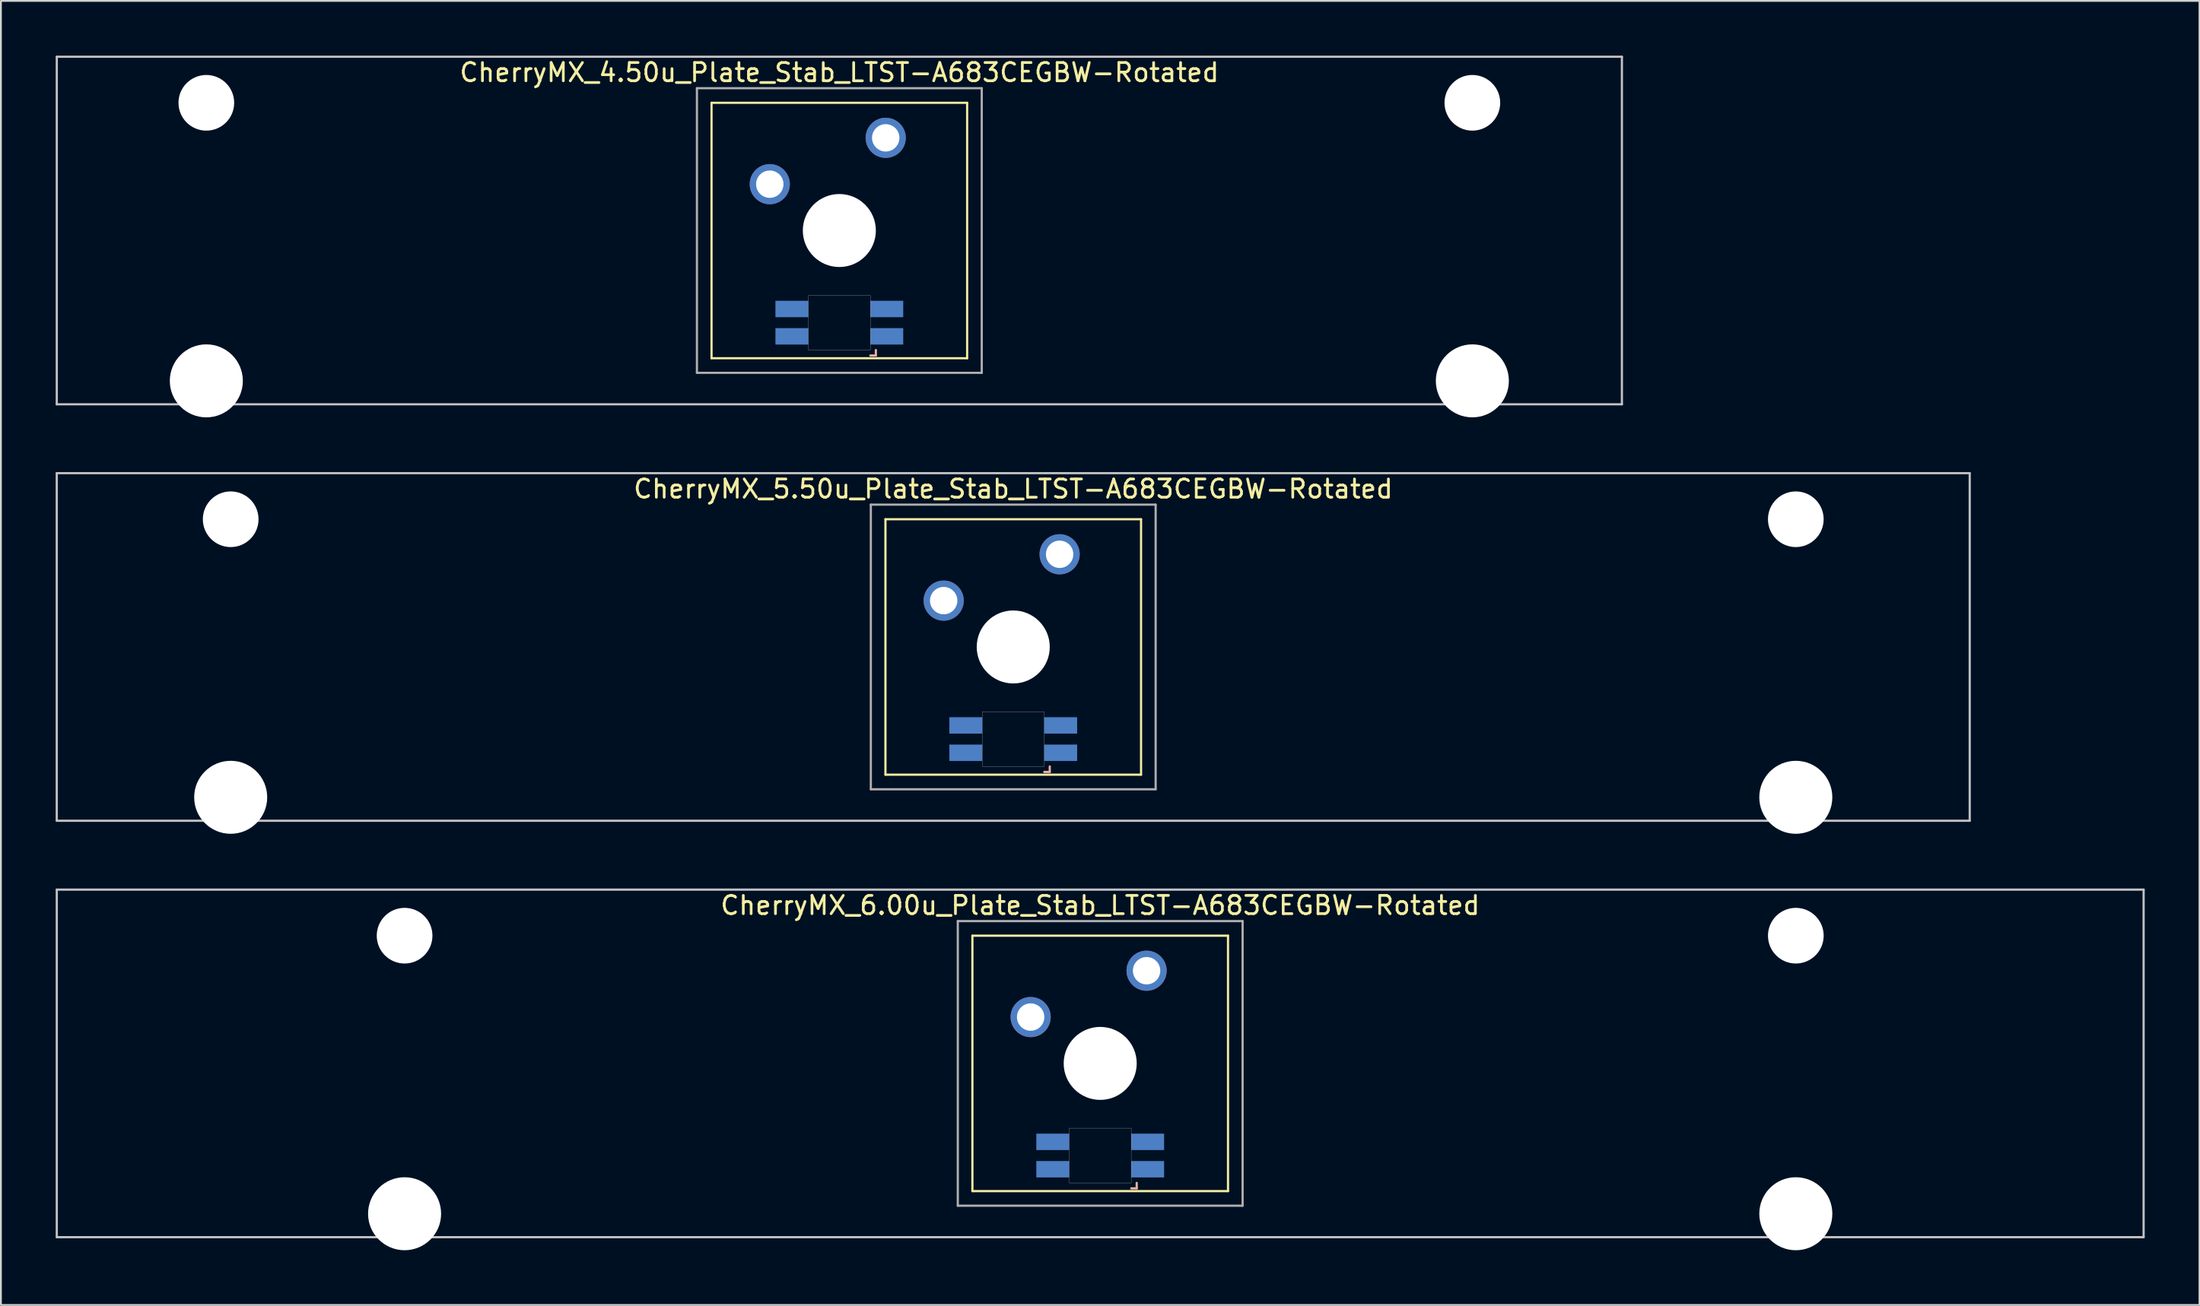
<source format=kicad_pcb>
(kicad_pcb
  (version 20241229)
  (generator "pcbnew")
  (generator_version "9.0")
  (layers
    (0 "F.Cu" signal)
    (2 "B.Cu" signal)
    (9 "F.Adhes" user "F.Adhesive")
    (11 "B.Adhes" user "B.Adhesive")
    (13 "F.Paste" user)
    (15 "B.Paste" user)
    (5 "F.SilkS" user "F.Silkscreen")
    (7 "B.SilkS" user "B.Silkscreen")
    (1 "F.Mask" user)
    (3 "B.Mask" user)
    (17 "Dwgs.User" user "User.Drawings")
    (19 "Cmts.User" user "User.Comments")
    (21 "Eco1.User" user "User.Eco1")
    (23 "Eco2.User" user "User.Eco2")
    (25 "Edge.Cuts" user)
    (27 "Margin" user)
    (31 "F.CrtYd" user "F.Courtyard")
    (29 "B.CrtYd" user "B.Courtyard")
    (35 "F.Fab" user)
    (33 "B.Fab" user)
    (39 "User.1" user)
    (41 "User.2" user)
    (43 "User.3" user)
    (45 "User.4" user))
  (footprint "CherryMX_4.50u_Plate_Stab_LTST-A683CEGBW-Rotated"
    (layer "F.Cu")
    (at 42.922 9.585)
    (property "Reference" "CherryMX_4.50u_Plate_Stab_LTST-A683CEGBW-Rotated" (at 0 -8.662 0) (layer "F.SilkS") (effects (font (size 1 1) (thickness 0.15))))
    (attr through_hole)
    (fp_line (start -7 -7) (end -7 7) (stroke (width 0.12) (type solid)) (layer "F.SilkS"))
    (fp_line (start -7 -7) (end 7 -7) (stroke (width 0.12) (type solid)) (layer "F.SilkS"))
    (fp_line (start 7 -7) (end 7 7) (stroke (width 0.12) (type solid)) (layer "F.SilkS"))
    (fp_line (start 7 7) (end -7 7) (stroke (width 0.12) (type solid)) (layer "F.SilkS"))
    (fp_line (start 1.7 6.85) (end 2 6.85) (stroke (width 0.12) (type solid)) (layer "B.SilkS"))
    (fp_line (start 2 6.85) (end 2 6.55) (stroke (width 0.12) (type solid)) (layer "B.SilkS"))
    (fp_line (start -42.862 -9.525) (end 42.862 -9.525) (stroke (width 0.12) (type solid)) (layer "Dwgs.User"))
    (fp_line (start -42.862 9.525) (end -42.862 -9.525) (stroke (width 0.12) (type solid)) (layer "Dwgs.User"))
    (fp_line (start 42.862 -9.525) (end 42.862 9.525) (stroke (width 0.12) (type solid)) (layer "Dwgs.User"))
    (fp_line (start 42.862 9.525) (end -42.862 9.525) (stroke (width 0.12) (type solid)) (layer "Dwgs.User"))
    (fp_poly (pts (xy -1.7 3.55) (xy 1.7 3.55) (xy 1.7 6.55) (xy -1.7 6.55)) (stroke (width 0.01) (type solid)) (fill no) (layer "Edge.Cuts"))
    (fp_line (start -7.8 -7.8) (end -7.8 7.8) (stroke (width 0.12) (type solid)) (layer "F.Fab"))
    (fp_line (start -7.8 -7.8) (end 7.8 -7.8) (stroke (width 0.12) (type solid)) (layer "F.Fab"))
    (fp_line (start -7.8 7.8) (end 7.8 7.8) (stroke (width 0.12) (type solid)) (layer "F.Fab"))
    (fp_line (start 7.8 -7.8) (end 7.8 7.8) (stroke (width 0.12) (type solid)) (layer "F.Fab"))
    (pad "" np_thru_hole circle (at -34.671 -7) (size 3.05 3.05) (drill 3.05) (layers "*.Cu" "*.Mask"))
    (pad "" np_thru_hole circle (at -34.671 8.24) (size 4 4) (drill 4) (layers "*.Cu" "*.Mask"))
    (pad "" np_thru_hole circle (at 0 0) (size 4 4) (drill 4) (layers "*.Cu" "*.Mask"))
    (pad "" np_thru_hole circle (at 34.671 -7) (size 3.05 3.05) (drill 3.05) (layers "*.Cu" "*.Mask"))
    (pad "" np_thru_hole circle (at 34.671 8.24) (size 4 4) (drill 4) (layers "*.Cu" "*.Mask"))
    (pad "1" thru_hole circle (at -3.81 -2.54) (size 2.2 2.2) (drill 1.5) (layers "*.Cu" "*.Mask"))
    (pad "2" thru_hole circle (at 2.54 -5.08) (size 2.2 2.2) (drill 1.5) (layers "*.Cu" "*.Mask"))
    (pad "3" smd rect (at 2.6 5.8 180) (size 1.8 0.9) (layers "B.Cu" "B.Mask" "B.Paste"))
    (pad "4" smd rect (at 2.6 4.3 180) (size 1.8 0.9) (layers "B.Cu" "B.Mask" "B.Paste"))
    (pad "5" smd rect (at -2.6 5.8 180) (size 1.8 0.9) (layers "B.Cu" "B.Mask" "B.Paste"))
    (pad "6" smd rect (at -2.6 4.3 180) (size 1.8 0.9) (layers "B.Cu" "B.Mask" "B.Paste")))
  (footprint "CherryMX_5.50u_Plate_Stab_LTST-A683CEGBW-Rotated"
    (layer "F.Cu")
    (at 52.447 32.41)
    (property "Reference" "CherryMX_5.50u_Plate_Stab_LTST-A683CEGBW-Rotated" (at 0 -8.662 0) (layer "F.SilkS") (effects (font (size 1 1) (thickness 0.15))))
    (attr through_hole)
    (fp_line (start -7 -7) (end -7 7) (stroke (width 0.12) (type solid)) (layer "F.SilkS"))
    (fp_line (start -7 -7) (end 7 -7) (stroke (width 0.12) (type solid)) (layer "F.SilkS"))
    (fp_line (start 7 -7) (end 7 7) (stroke (width 0.12) (type solid)) (layer "F.SilkS"))
    (fp_line (start 7 7) (end -7 7) (stroke (width 0.12) (type solid)) (layer "F.SilkS"))
    (fp_line (start 1.7 6.85) (end 2 6.85) (stroke (width 0.12) (type solid)) (layer "B.SilkS"))
    (fp_line (start 2 6.85) (end 2 6.55) (stroke (width 0.12) (type solid)) (layer "B.SilkS"))
    (fp_line (start -52.388 -9.525) (end 52.388 -9.525) (stroke (width 0.12) (type solid)) (layer "Dwgs.User"))
    (fp_line (start -52.388 9.525) (end -52.388 -9.525) (stroke (width 0.12) (type solid)) (layer "Dwgs.User"))
    (fp_line (start 52.388 -9.525) (end 52.388 9.525) (stroke (width 0.12) (type solid)) (layer "Dwgs.User"))
    (fp_line (start 52.388 9.525) (end -52.388 9.525) (stroke (width 0.12) (type solid)) (layer "Dwgs.User"))
    (fp_poly (pts (xy -1.7 3.55) (xy 1.7 3.55) (xy 1.7 6.55) (xy -1.7 6.55)) (stroke (width 0.01) (type solid)) (fill no) (layer "Edge.Cuts"))
    (fp_line (start -7.8 -7.8) (end -7.8 7.8) (stroke (width 0.12) (type solid)) (layer "F.Fab"))
    (fp_line (start -7.8 -7.8) (end 7.8 -7.8) (stroke (width 0.12) (type solid)) (layer "F.Fab"))
    (fp_line (start -7.8 7.8) (end 7.8 7.8) (stroke (width 0.12) (type solid)) (layer "F.Fab"))
    (fp_line (start 7.8 -7.8) (end 7.8 7.8) (stroke (width 0.12) (type solid)) (layer "F.Fab"))
    (pad "" np_thru_hole circle (at -42.862 -7) (size 3.05 3.05) (drill 3.05) (layers "*.Cu" "*.Mask"))
    (pad "" np_thru_hole circle (at -42.862 8.24) (size 4 4) (drill 4) (layers "*.Cu" "*.Mask"))
    (pad "" np_thru_hole circle (at 0 0) (size 4 4) (drill 4) (layers "*.Cu" "*.Mask"))
    (pad "" np_thru_hole circle (at 42.862 -7) (size 3.05 3.05) (drill 3.05) (layers "*.Cu" "*.Mask"))
    (pad "" np_thru_hole circle (at 42.862 8.24) (size 4 4) (drill 4) (layers "*.Cu" "*.Mask"))
    (pad "1" thru_hole circle (at -3.81 -2.54) (size 2.2 2.2) (drill 1.5) (layers "*.Cu" "*.Mask"))
    (pad "2" thru_hole circle (at 2.54 -5.08) (size 2.2 2.2) (drill 1.5) (layers "*.Cu" "*.Mask"))
    (pad "3" smd rect (at 2.6 5.8 180) (size 1.8 0.9) (layers "B.Cu" "B.Mask" "B.Paste"))
    (pad "4" smd rect (at 2.6 4.3 180) (size 1.8 0.9) (layers "B.Cu" "B.Mask" "B.Paste"))
    (pad "5" smd rect (at -2.6 5.8 180) (size 1.8 0.9) (layers "B.Cu" "B.Mask" "B.Paste"))
    (pad "6" smd rect (at -2.6 4.3 180) (size 1.8 0.9) (layers "B.Cu" "B.Mask" "B.Paste")))
  (footprint "CherryMX_6.00u_Plate_Stab_LTST-A683CEGBW-Rotated"
    (layer "F.Cu")
    (at 57.21 55.235)
    (property "Reference" "CherryMX_6.00u_Plate_Stab_LTST-A683CEGBW-Rotated" (at 0 -8.662 0) (layer "F.SilkS") (effects (font (size 1 1) (thickness 0.15))))
    (attr through_hole)
    (fp_line (start -7 -7) (end -7 7) (stroke (width 0.12) (type solid)) (layer "F.SilkS"))
    (fp_line (start -7 -7) (end 7 -7) (stroke (width 0.12) (type solid)) (layer "F.SilkS"))
    (fp_line (start 7 -7) (end 7 7) (stroke (width 0.12) (type solid)) (layer "F.SilkS"))
    (fp_line (start 7 7) (end -7 7) (stroke (width 0.12) (type solid)) (layer "F.SilkS"))
    (fp_line (start 1.7 6.85) (end 2 6.85) (stroke (width 0.12) (type solid)) (layer "B.SilkS"))
    (fp_line (start 2 6.85) (end 2 6.55) (stroke (width 0.12) (type solid)) (layer "B.SilkS"))
    (fp_line (start -57.15 -9.525) (end 57.15 -9.525) (stroke (width 0.12) (type solid)) (layer "Dwgs.User"))
    (fp_line (start -57.15 9.525) (end -57.15 -9.525) (stroke (width 0.12) (type solid)) (layer "Dwgs.User"))
    (fp_line (start 57.15 -9.525) (end 57.15 9.525) (stroke (width 0.12) (type solid)) (layer "Dwgs.User"))
    (fp_line (start 57.15 9.525) (end -57.15 9.525) (stroke (width 0.12) (type solid)) (layer "Dwgs.User"))
    (fp_poly (pts (xy -1.7 3.55) (xy 1.7 3.55) (xy 1.7 6.55) (xy -1.7 6.55)) (stroke (width 0.01) (type solid)) (fill no) (layer "Edge.Cuts"))
    (fp_line (start -7.8 -7.8) (end -7.8 7.8) (stroke (width 0.12) (type solid)) (layer "F.Fab"))
    (fp_line (start -7.8 -7.8) (end 7.8 -7.8) (stroke (width 0.12) (type solid)) (layer "F.Fab"))
    (fp_line (start -7.8 7.8) (end 7.8 7.8) (stroke (width 0.12) (type solid)) (layer "F.Fab"))
    (fp_line (start 7.8 -7.8) (end 7.8 7.8) (stroke (width 0.12) (type solid)) (layer "F.Fab"))
    (pad "" np_thru_hole circle (at -38.1 -7) (size 3.05 3.05) (drill 3.05) (layers "*.Cu" "*.Mask"))
    (pad "" np_thru_hole circle (at -38.1 8.24) (size 4 4) (drill 4) (layers "*.Cu" "*.Mask"))
    (pad "" np_thru_hole circle (at 0 0) (size 4 4) (drill 4) (layers "*.Cu" "*.Mask"))
    (pad "" np_thru_hole circle (at 38.1 -7) (size 3.05 3.05) (drill 3.05) (layers "*.Cu" "*.Mask"))
    (pad "" np_thru_hole circle (at 38.1 8.24) (size 4 4) (drill 4) (layers "*.Cu" "*.Mask"))
    (pad "1" thru_hole circle (at -3.81 -2.54) (size 2.2 2.2) (drill 1.5) (layers "*.Cu" "*.Mask"))
    (pad "2" thru_hole circle (at 2.54 -5.08) (size 2.2 2.2) (drill 1.5) (layers "*.Cu" "*.Mask"))
    (pad "3" smd rect (at 2.6 5.8 180) (size 1.8 0.9) (layers "B.Cu" "B.Mask" "B.Paste"))
    (pad "4" smd rect (at 2.6 4.3 180) (size 1.8 0.9) (layers "B.Cu" "B.Mask" "B.Paste"))
    (pad "5" smd rect (at -2.6 5.8 180) (size 1.8 0.9) (layers "B.Cu" "B.Mask" "B.Paste"))
    (pad "6" smd rect (at -2.6 4.3 180) (size 1.8 0.9) (layers "B.Cu" "B.Mask" "B.Paste")))
  (gr_rect
    (start -3 -3)
    (end 117.42 68.475)
    (stroke (width 0.1) (type default))
    (fill no)
    (layer "Edge.Cuts")))
</source>
